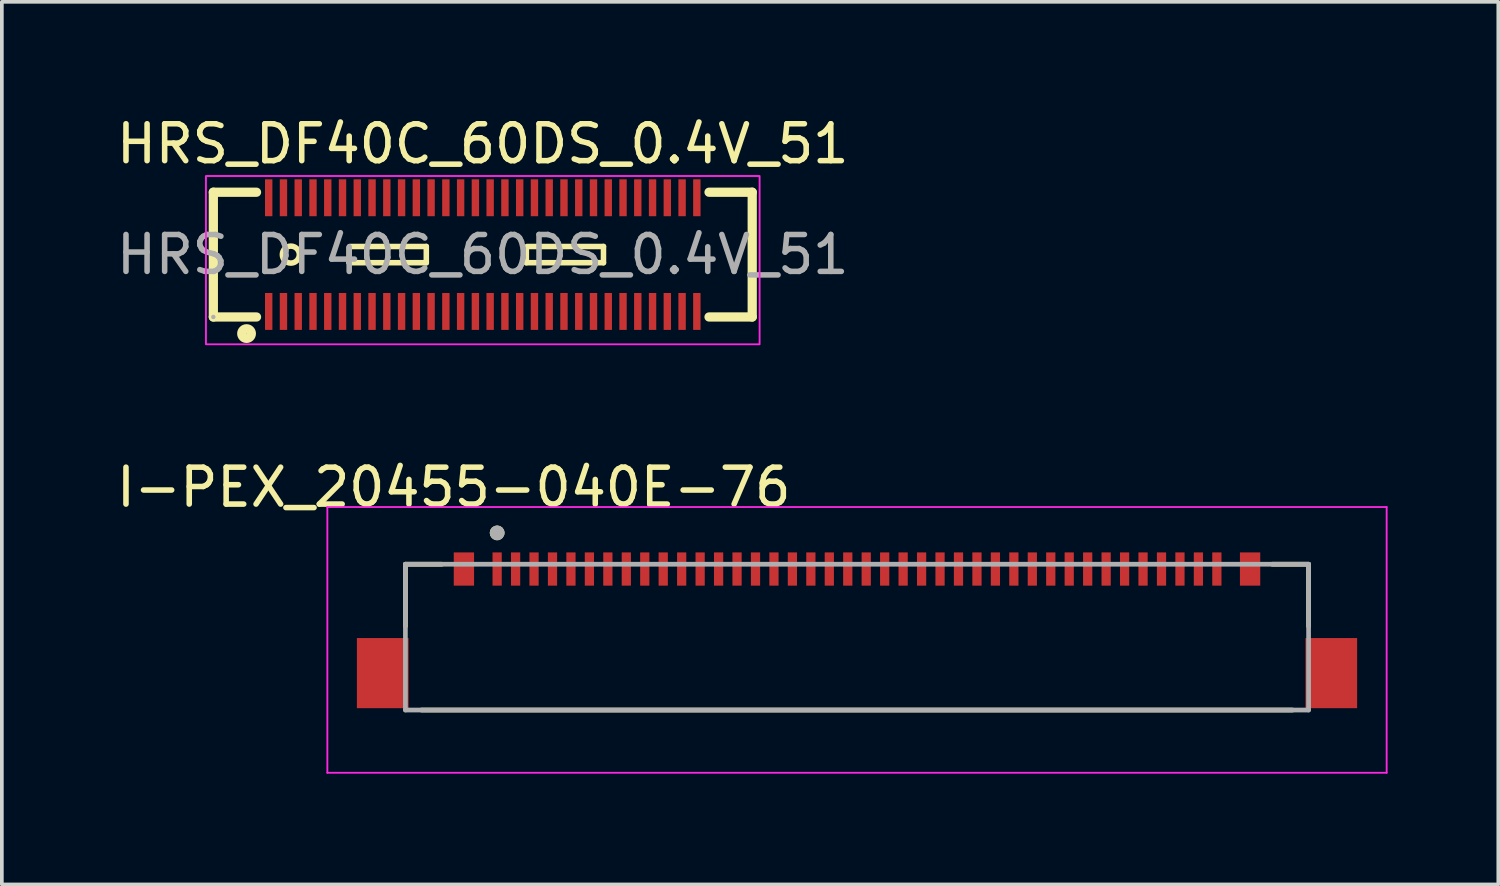
<source format=kicad_pcb>
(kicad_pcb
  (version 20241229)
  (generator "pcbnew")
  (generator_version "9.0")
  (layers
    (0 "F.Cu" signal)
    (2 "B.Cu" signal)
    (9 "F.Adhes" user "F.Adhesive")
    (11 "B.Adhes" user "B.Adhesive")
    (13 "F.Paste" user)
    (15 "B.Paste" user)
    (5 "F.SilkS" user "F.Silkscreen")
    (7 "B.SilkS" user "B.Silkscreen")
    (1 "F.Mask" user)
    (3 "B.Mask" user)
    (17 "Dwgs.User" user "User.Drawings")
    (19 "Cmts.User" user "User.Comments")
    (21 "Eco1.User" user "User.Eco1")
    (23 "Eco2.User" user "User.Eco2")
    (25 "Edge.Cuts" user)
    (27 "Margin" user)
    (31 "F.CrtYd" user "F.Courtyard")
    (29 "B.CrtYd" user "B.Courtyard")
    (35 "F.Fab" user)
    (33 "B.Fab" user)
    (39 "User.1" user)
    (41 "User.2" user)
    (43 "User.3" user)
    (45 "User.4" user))
  (footprint "HRS_DF40C_60DS_0.4V_51"
    (layer "F.Cu")
    (at 10.03 3.848)
    (property "Reference" "HRS_DF40C_60DS_0.4V_51" (at 0 -3 0) (layer "F.SilkS") (effects (font (size 1 1) (thickness 0.15))))
    (attr smd)
    (fp_line (start -7.3 -1.69) (end -7.3 1.69) (stroke (width 0.25) (type solid)) (layer "F.SilkS"))
    (fp_line (start -7.3 -1.69) (end -6.13 -1.69) (stroke (width 0.25) (type solid)) (layer "F.SilkS"))
    (fp_line (start -7.3 1.69) (end -6.13 1.69) (stroke (width 0.25) (type solid)) (layer "F.SilkS"))
    (fp_line (start -3.62 0.22) (end -3.62 -0.19) (stroke (width 0.15) (type solid)) (layer "F.SilkS"))
    (fp_line (start -3.6 -0.22) (end -1.53 -0.22) (stroke (width 0.15) (type solid)) (layer "F.SilkS"))
    (fp_line (start -1.53 -0.22) (end -1.53 0.22) (stroke (width 0.15) (type solid)) (layer "F.SilkS"))
    (fp_line (start -1.53 0.22) (end -3.62 0.22) (stroke (width 0.15) (type solid)) (layer "F.SilkS"))
    (fp_line (start 1.18 0.22) (end 1.18 -0.19) (stroke (width 0.15) (type solid)) (layer "F.SilkS"))
    (fp_line (start 1.2 -0.22) (end 3.27 -0.22) (stroke (width 0.15) (type solid)) (layer "F.SilkS"))
    (fp_line (start 3.27 -0.22) (end 3.27 0.22) (stroke (width 0.15) (type solid)) (layer "F.SilkS"))
    (fp_line (start 3.27 0.22) (end 1.18 0.22) (stroke (width 0.15) (type solid)) (layer "F.SilkS"))
    (fp_line (start 6.13 -1.69) (end 7.3 -1.69) (stroke (width 0.25) (type solid)) (layer "F.SilkS"))
    (fp_line (start 6.13 1.69) (end 7.3 1.69) (stroke (width 0.25) (type solid)) (layer "F.SilkS"))
    (fp_line (start 7.3 -1.69) (end 7.3 1.69) (stroke (width 0.25) (type solid)) (layer "F.SilkS"))
    (fp_circle (center -6.4 2.14) (end -6.27 2.14) (stroke (width 0.25) (type solid)) (fill no) (layer "F.SilkS"))
    (fp_circle (center -5.2 0) (end -4.97 0) (stroke (width 0.15) (type solid)) (fill no) (layer "F.SilkS"))
    (fp_rect (start -7.5 -2.13) (end 7.5 2.43) (stroke (width 0.05) (type solid)) (fill no) (layer "F.CrtYd"))
    (fp_circle (center -7.3 1.69) (end -7.27 1.69) (stroke (width 0.06) (type solid)) (fill no) (layer "F.Fab"))
    (fp_text user "${REFERENCE}" (at 0 0 0) (layer "F.Fab") (effects (font (size 1 1) (thickness 0.15))))
    (pad "1" smd rect (at -5.8 1.54) (size 0.2 1) (layers "F.Cu" "F.Mask" "F.Paste"))
    (pad "2" smd rect (at -5.8 -1.54) (size 0.2 1) (layers "F.Cu" "F.Mask" "F.Paste"))
    (pad "3" smd rect (at -5.4 1.54) (size 0.2 1) (layers "F.Cu" "F.Mask" "F.Paste"))
    (pad "4" smd rect (at -5.4 -1.54) (size 0.2 1) (layers "F.Cu" "F.Mask" "F.Paste"))
    (pad "5" smd rect (at -5 1.54) (size 0.2 1) (layers "F.Cu" "F.Mask" "F.Paste"))
    (pad "6" smd rect (at -5 -1.54) (size 0.2 1) (layers "F.Cu" "F.Mask" "F.Paste"))
    (pad "7" smd rect (at -4.6 1.54) (size 0.2 1) (layers "F.Cu" "F.Mask" "F.Paste"))
    (pad "8" smd rect (at -4.6 -1.54) (size 0.2 1) (layers "F.Cu" "F.Mask" "F.Paste"))
    (pad "9" smd rect (at -4.2 1.54) (size 0.2 1) (layers "F.Cu" "F.Mask" "F.Paste"))
    (pad "10" smd rect (at -4.2 -1.54) (size 0.2 1) (layers "F.Cu" "F.Mask" "F.Paste"))
    (pad "11" smd rect (at -3.8 1.54) (size 0.2 1) (layers "F.Cu" "F.Mask" "F.Paste"))
    (pad "12" smd rect (at -3.8 -1.54) (size 0.2 1) (layers "F.Cu" "F.Mask" "F.Paste"))
    (pad "13" smd rect (at -3.4 1.54) (size 0.2 1) (layers "F.Cu" "F.Mask" "F.Paste"))
    (pad "14" smd rect (at -3.4 -1.54) (size 0.2 1) (layers "F.Cu" "F.Mask" "F.Paste"))
    (pad "15" smd rect (at -3 1.54) (size 0.2 1) (layers "F.Cu" "F.Mask" "F.Paste"))
    (pad "16" smd rect (at -3 -1.54) (size 0.2 1) (layers "F.Cu" "F.Mask" "F.Paste"))
    (pad "17" smd rect (at -2.6 1.54) (size 0.2 1) (layers "F.Cu" "F.Mask" "F.Paste"))
    (pad "18" smd rect (at -2.6 -1.54) (size 0.2 1) (layers "F.Cu" "F.Mask" "F.Paste"))
    (pad "19" smd rect (at -2.2 1.54) (size 0.2 1) (layers "F.Cu" "F.Mask" "F.Paste"))
    (pad "20" smd rect (at -2.2 -1.54) (size 0.2 1) (layers "F.Cu" "F.Mask" "F.Paste"))
    (pad "21" smd rect (at -1.8 1.54) (size 0.2 1) (layers "F.Cu" "F.Mask" "F.Paste"))
    (pad "22" smd rect (at -1.8 -1.54) (size 0.2 1) (layers "F.Cu" "F.Mask" "F.Paste"))
    (pad "23" smd rect (at -1.4 1.54) (size 0.2 1) (layers "F.Cu" "F.Mask" "F.Paste"))
    (pad "24" smd rect (at -1.4 -1.54) (size 0.2 1) (layers "F.Cu" "F.Mask" "F.Paste"))
    (pad "25" smd rect (at -1 1.54) (size 0.2 1) (layers "F.Cu" "F.Mask" "F.Paste"))
    (pad "26" smd rect (at -1 -1.54) (size 0.2 1) (layers "F.Cu" "F.Mask" "F.Paste"))
    (pad "27" smd rect (at -0.6 1.54) (size 0.2 1) (layers "F.Cu" "F.Mask" "F.Paste"))
    (pad "28" smd rect (at -0.6 -1.54) (size 0.2 1) (layers "F.Cu" "F.Mask" "F.Paste"))
    (pad "29" smd rect (at -0.2 1.54) (size 0.2 1) (layers "F.Cu" "F.Mask" "F.Paste"))
    (pad "30" smd rect (at -0.2 -1.54) (size 0.2 1) (layers "F.Cu" "F.Mask" "F.Paste"))
    (pad "31" smd rect (at 0.2 1.54) (size 0.2 1) (layers "F.Cu" "F.Mask" "F.Paste"))
    (pad "32" smd rect (at 0.2 -1.54 180) (size 0.2 1) (layers "F.Cu" "F.Mask" "F.Paste"))
    (pad "33" smd rect (at 0.6 1.54) (size 0.2 1) (layers "F.Cu" "F.Mask" "F.Paste"))
    (pad "34" smd rect (at 0.6 -1.54 180) (size 0.2 1) (layers "F.Cu" "F.Mask" "F.Paste"))
    (pad "35" smd rect (at 1 1.54) (size 0.2 1) (layers "F.Cu" "F.Mask" "F.Paste"))
    (pad "36" smd rect (at 1 -1.54 180) (size 0.2 1) (layers "F.Cu" "F.Mask" "F.Paste"))
    (pad "37" smd rect (at 1.4 1.54) (size 0.2 1) (layers "F.Cu" "F.Mask" "F.Paste"))
    (pad "38" smd rect (at 1.4 -1.54 180) (size 0.2 1) (layers "F.Cu" "F.Mask" "F.Paste"))
    (pad "39" smd rect (at 1.8 1.54) (size 0.2 1) (layers "F.Cu" "F.Mask" "F.Paste"))
    (pad "40" smd rect (at 1.8 -1.54 180) (size 0.2 1) (layers "F.Cu" "F.Mask" "F.Paste"))
    (pad "40" smd rect (at 5.8 -1.54 180) (size 0.2 1) (layers "F.Cu" "F.Mask" "F.Paste"))
    (pad "41" smd rect (at 2.2 1.54) (size 0.2 1) (layers "F.Cu" "F.Mask" "F.Paste"))
    (pad "42" smd rect (at 2.2 -1.54 180) (size 0.2 1) (layers "F.Cu" "F.Mask" "F.Paste"))
    (pad "43" smd rect (at 2.6 1.54) (size 0.2 1) (layers "F.Cu" "F.Mask" "F.Paste"))
    (pad "44" smd rect (at 2.6 -1.54 180) (size 0.2 1) (layers "F.Cu" "F.Mask" "F.Paste"))
    (pad "45" smd rect (at 3 1.54) (size 0.2 1) (layers "F.Cu" "F.Mask" "F.Paste"))
    (pad "46" smd rect (at 3 -1.54 180) (size 0.2 1) (layers "F.Cu" "F.Mask" "F.Paste"))
    (pad "47" smd rect (at 3.4 1.54) (size 0.2 1) (layers "F.Cu" "F.Mask" "F.Paste"))
    (pad "48" smd rect (at 3.4 -1.54 180) (size 0.2 1) (layers "F.Cu" "F.Mask" "F.Paste"))
    (pad "49" smd rect (at 3.8 1.54) (size 0.2 1) (layers "F.Cu" "F.Mask" "F.Paste"))
    (pad "50" smd rect (at 3.8 -1.54 180) (size 0.2 1) (layers "F.Cu" "F.Mask" "F.Paste"))
    (pad "51" smd rect (at 4.2 1.54) (size 0.2 1) (layers "F.Cu" "F.Mask" "F.Paste"))
    (pad "52" smd rect (at 4.2 -1.54 180) (size 0.2 1) (layers "F.Cu" "F.Mask" "F.Paste"))
    (pad "53" smd rect (at 4.6 1.54) (size 0.2 1) (layers "F.Cu" "F.Mask" "F.Paste"))
    (pad "54" smd rect (at 4.6 -1.54 180) (size 0.2 1) (layers "F.Cu" "F.Mask" "F.Paste"))
    (pad "55" smd rect (at 5 1.54) (size 0.2 1) (layers "F.Cu" "F.Mask" "F.Paste"))
    (pad "56" smd rect (at 5 -1.54 180) (size 0.2 1) (layers "F.Cu" "F.Mask" "F.Paste"))
    (pad "57" smd rect (at 5.4 1.54) (size 0.2 1) (layers "F.Cu" "F.Mask" "F.Paste"))
    (pad "58" smd rect (at 5.4 -1.54 180) (size 0.2 1) (layers "F.Cu" "F.Mask" "F.Paste"))
    (pad "59" smd rect (at 5.8 1.54) (size 0.2 1) (layers "F.Cu" "F.Mask" "F.Paste")))
  (footprint "I-PEX_20455-040E-76"
    (layer "F.Cu")
    (at 20.169 14.287)
    (property "Reference" "I-PEX_20455-040E-76" (at -10.925 -4.135 0) (layer "F.SilkS") (effects (font (size 1 1) (thickness 0.15))))
    (attr smd)
    (fp_line (start -12.235 -2.05) (end -12.235 -0.37) (stroke (width 0.127) (type solid)) (layer "F.SilkS"))
    (fp_line (start -12.235 -2.05) (end -11.25 -2.05) (stroke (width 0.127) (type solid)) (layer "F.SilkS"))
    (fp_line (start -11.8 1.9) (end 11.8 1.9) (stroke (width 0.127) (type solid)) (layer "F.SilkS"))
    (fp_line (start 11.25 -2.05) (end 12.235 -2.05) (stroke (width 0.127) (type solid)) (layer "F.SilkS"))
    (fp_line (start 12.235 -2.05) (end 12.235 -0.37) (stroke (width 0.127) (type solid)) (layer "F.SilkS"))
    (fp_circle (center -9.75 -2.9) (end -9.65 -2.9) (stroke (width 0.2) (type solid)) (fill no) (layer "F.SilkS"))
    (fp_line (start -14.35 -3.6) (end -14.35 3.6) (stroke (width 0.05) (type solid)) (layer "F.CrtYd"))
    (fp_line (start -14.35 3.6) (end 14.35 3.6) (stroke (width 0.05) (type solid)) (layer "F.CrtYd"))
    (fp_line (start 14.35 -3.6) (end -14.35 -3.6) (stroke (width 0.05) (type solid)) (layer "F.CrtYd"))
    (fp_line (start 14.35 3.6) (end 14.35 -3.6) (stroke (width 0.05) (type solid)) (layer "F.CrtYd"))
    (fp_poly (pts (xy -14.1 -3.35) (xy 14.1 -3.35) (xy 14.1 3.35) (xy 13.55 3.35) (xy 13.55 -0.05) (xy 12.15 -0.05) (xy 12.15 -2.37) (xy -12.15 -2.37) (xy -12.15 -0.05) (xy -13.55 -0.05) (xy -13.55 3.35) (xy -14.1 3.35)) (stroke (width 0.001) (type solid)) (fill no) (layer "F.CrtYd"))
    (fp_line (start -12.235 -2.05) (end 12.235 -2.05) (stroke (width 0.127) (type solid)) (layer "F.Fab"))
    (fp_line (start -12.235 1.9) (end -12.235 -2.05) (stroke (width 0.127) (type solid)) (layer "F.Fab"))
    (fp_line (start 12.235 -2.05) (end 12.235 1.9) (stroke (width 0.127) (type solid)) (layer "F.Fab"))
    (fp_line (start 12.235 1.9) (end -12.235 1.9) (stroke (width 0.127) (type solid)) (layer "F.Fab"))
    (fp_circle (center -9.75 -2.9) (end -9.65 -2.9) (stroke (width 0.2) (type solid)) (fill no) (layer "F.Fab"))
    (pad "1" smd rect (at -9.75 -1.92) (size 0.25 0.9) (layers "F.Cu" "F.Mask" "F.Paste"))
    (pad "2" smd rect (at -9.25 -1.92) (size 0.25 0.9) (layers "F.Cu" "F.Mask" "F.Paste"))
    (pad "3" smd rect (at -8.75 -1.92) (size 0.25 0.9) (layers "F.Cu" "F.Mask" "F.Paste"))
    (pad "4" smd rect (at -8.25 -1.92) (size 0.25 0.9) (layers "F.Cu" "F.Mask" "F.Paste"))
    (pad "5" smd rect (at -7.75 -1.92) (size 0.25 0.9) (layers "F.Cu" "F.Mask" "F.Paste"))
    (pad "6" smd rect (at -7.25 -1.92) (size 0.25 0.9) (layers "F.Cu" "F.Mask" "F.Paste"))
    (pad "7" smd rect (at -6.75 -1.92) (size 0.25 0.9) (layers "F.Cu" "F.Mask" "F.Paste"))
    (pad "8" smd rect (at -6.25 -1.92) (size 0.25 0.9) (layers "F.Cu" "F.Mask" "F.Paste"))
    (pad "9" smd rect (at -5.75 -1.92) (size 0.25 0.9) (layers "F.Cu" "F.Mask" "F.Paste"))
    (pad "10" smd rect (at -5.25 -1.92) (size 0.25 0.9) (layers "F.Cu" "F.Mask" "F.Paste"))
    (pad "11" smd rect (at -4.75 -1.92) (size 0.25 0.9) (layers "F.Cu" "F.Mask" "F.Paste"))
    (pad "12" smd rect (at -4.25 -1.92) (size 0.25 0.9) (layers "F.Cu" "F.Mask" "F.Paste"))
    (pad "13" smd rect (at -3.75 -1.92) (size 0.25 0.9) (layers "F.Cu" "F.Mask" "F.Paste"))
    (pad "14" smd rect (at -3.25 -1.92) (size 0.25 0.9) (layers "F.Cu" "F.Mask" "F.Paste"))
    (pad "15" smd rect (at -2.75 -1.92) (size 0.25 0.9) (layers "F.Cu" "F.Mask" "F.Paste"))
    (pad "16" smd rect (at -2.25 -1.92) (size 0.25 0.9) (layers "F.Cu" "F.Mask" "F.Paste"))
    (pad "17" smd rect (at -1.75 -1.92) (size 0.25 0.9) (layers "F.Cu" "F.Mask" "F.Paste"))
    (pad "18" smd rect (at -1.25 -1.92) (size 0.25 0.9) (layers "F.Cu" "F.Mask" "F.Paste"))
    (pad "19" smd rect (at -0.75 -1.92) (size 0.25 0.9) (layers "F.Cu" "F.Mask" "F.Paste"))
    (pad "20" smd rect (at -0.25 -1.92) (size 0.25 0.9) (layers "F.Cu" "F.Mask" "F.Paste"))
    (pad "21" smd rect (at 0.25 -1.92) (size 0.25 0.9) (layers "F.Cu" "F.Mask" "F.Paste"))
    (pad "22" smd rect (at 0.75 -1.92) (size 0.25 0.9) (layers "F.Cu" "F.Mask" "F.Paste"))
    (pad "23" smd rect (at 1.25 -1.92) (size 0.25 0.9) (layers "F.Cu" "F.Mask" "F.Paste"))
    (pad "24" smd rect (at 1.75 -1.92) (size 0.25 0.9) (layers "F.Cu" "F.Mask" "F.Paste"))
    (pad "25" smd rect (at 2.25 -1.92) (size 0.25 0.9) (layers "F.Cu" "F.Mask" "F.Paste"))
    (pad "26" smd rect (at 2.75 -1.92) (size 0.25 0.9) (layers "F.Cu" "F.Mask" "F.Paste"))
    (pad "27" smd rect (at 3.25 -1.92) (size 0.25 0.9) (layers "F.Cu" "F.Mask" "F.Paste"))
    (pad "28" smd rect (at 3.75 -1.92) (size 0.25 0.9) (layers "F.Cu" "F.Mask" "F.Paste"))
    (pad "29" smd rect (at 4.25 -1.92) (size 0.25 0.9) (layers "F.Cu" "F.Mask" "F.Paste"))
    (pad "30" smd rect (at 4.75 -1.92) (size 0.25 0.9) (layers "F.Cu" "F.Mask" "F.Paste"))
    (pad "31" smd rect (at 5.25 -1.92) (size 0.25 0.9) (layers "F.Cu" "F.Mask" "F.Paste"))
    (pad "32" smd rect (at 5.75 -1.92) (size 0.25 0.9) (layers "F.Cu" "F.Mask" "F.Paste"))
    (pad "33" smd rect (at 6.25 -1.92) (size 0.25 0.9) (layers "F.Cu" "F.Mask" "F.Paste"))
    (pad "34" smd rect (at 6.75 -1.92) (size 0.25 0.9) (layers "F.Cu" "F.Mask" "F.Paste"))
    (pad "35" smd rect (at 7.25 -1.92) (size 0.25 0.9) (layers "F.Cu" "F.Mask" "F.Paste"))
    (pad "36" smd rect (at 7.75 -1.92) (size 0.25 0.9) (layers "F.Cu" "F.Mask" "F.Paste"))
    (pad "37" smd rect (at 8.25 -1.92) (size 0.25 0.9) (layers "F.Cu" "F.Mask" "F.Paste"))
    (pad "38" smd rect (at 8.75 -1.92) (size 0.25 0.9) (layers "F.Cu" "F.Mask" "F.Paste"))
    (pad "39" smd rect (at 9.25 -1.92) (size 0.25 0.9) (layers "F.Cu" "F.Mask" "F.Paste"))
    (pad "40" smd rect (at 9.75 -1.92) (size 0.25 0.9) (layers "F.Cu" "F.Mask" "F.Paste"))
    (pad "SH" smd rect (at -12.85 0.9) (size 1.4 1.9) (layers "F.Cu" "F.Mask" "F.Paste"))
    (pad "SH" smd rect (at -10.65 -1.92) (size 0.55 0.9) (layers "F.Cu" "F.Mask" "F.Paste"))
    (pad "SH" smd rect (at 10.65 -1.92) (size 0.55 0.9) (layers "F.Cu" "F.Mask" "F.Paste"))
    (pad "SH" smd rect (at 12.85 0.9) (size 1.4 1.9) (layers "F.Cu" "F.Mask" "F.Paste")))
  (gr_rect
    (start -3 -3)
    (end 37.544 20.912)
    (stroke (width 0.1) (type default))
    (fill no)
    (layer "Edge.Cuts")))
</source>
